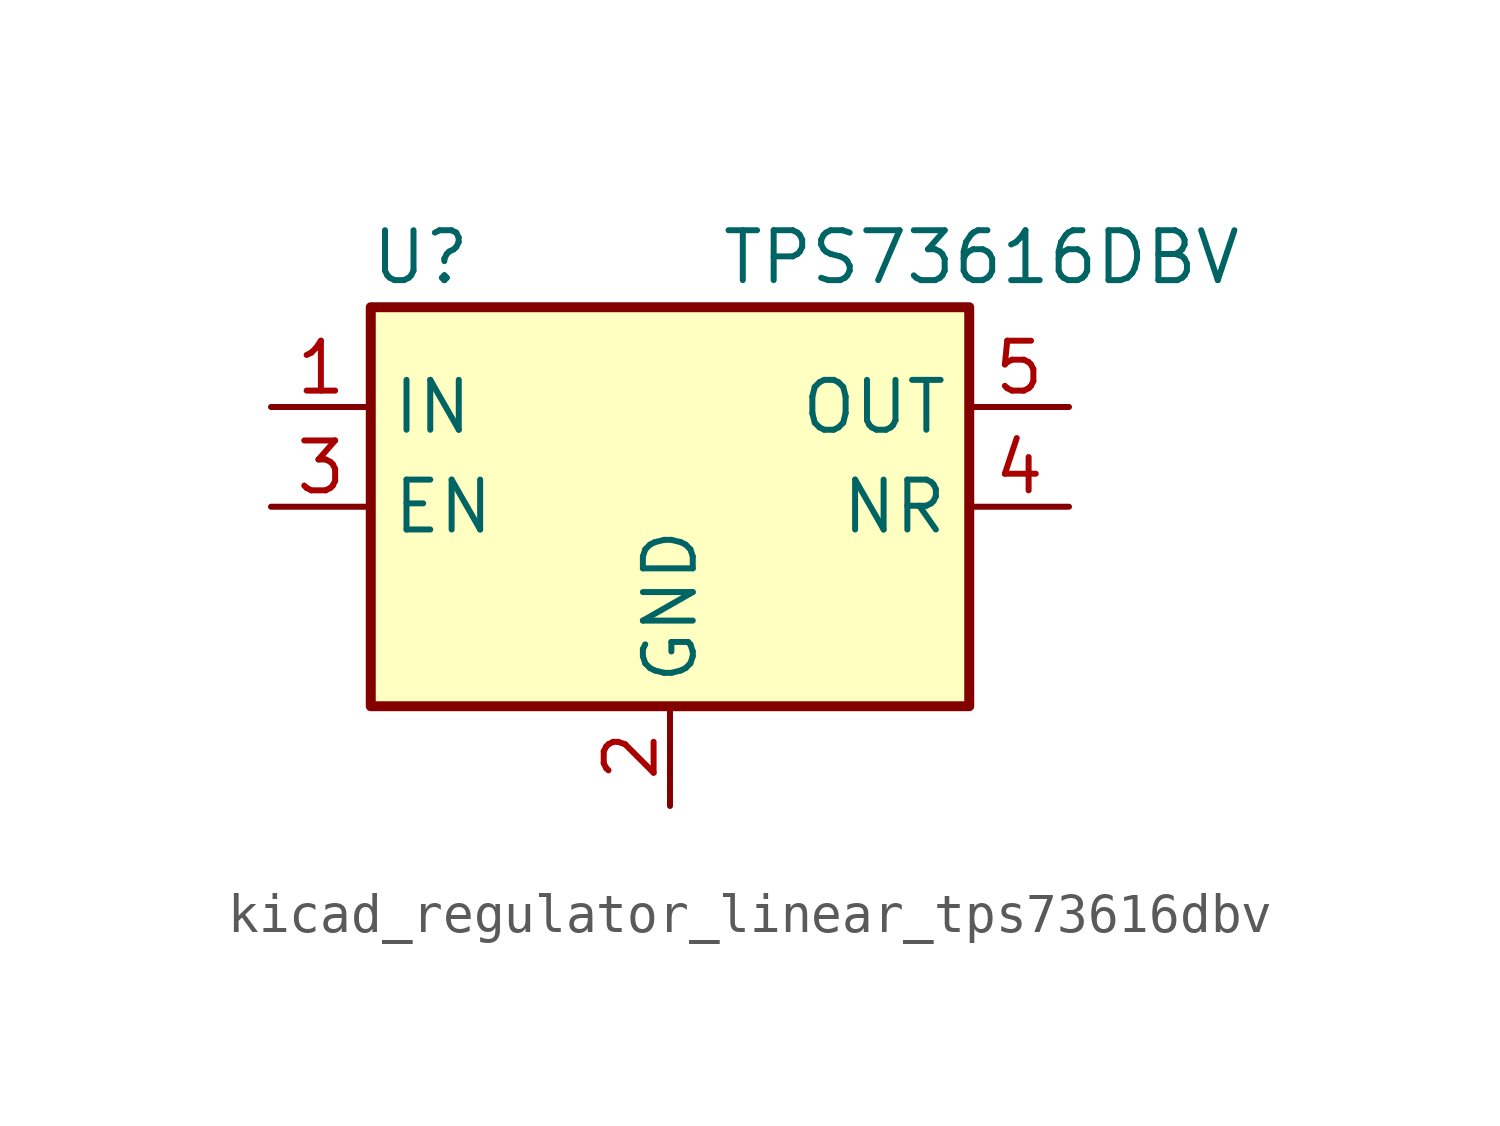
<source format=kicad_sym>
(kicad_symbol_lib
  (version 20220914)
  (generator kicad_symbol_editor)
  (symbol "kicad_regulator_linear_tps73616dbv"
    (property "Reference" "U"
      (at -6.35 6.35 0)
      (effects (font (size 1.27 1.27))))
    (property "Value" "TPS73616DBV"
      (at 1.27 6.35 0)
      (effects (font (size 1.27 1.27)) (justify left)))
    (symbol "kicad_regulator_linear_tps73616dbv_0_1"
      (rectangle (start -7.62 -5.08) (end 7.62 5.08) (stroke (width 0.254) (type default)) (fill (type background))))
    (symbol "kicad_regulator_linear_tps73616dbv_1_1"
      (pin power_in line (at -10.16 2.54 0) (length 2.54) (name "IN" (effects (font (size 1.27 1.27)))) (number "1" (effects (font (size 1.27 1.27)))))
      (pin power_in line (at 0 -7.62 90) (length 2.54) (name "GND" (effects (font (size 1.27 1.27)))) (number "2" (effects (font (size 1.27 1.27)))))
      (pin input line (at -10.16 0 0) (length 2.54) (name "EN" (effects (font (size 1.27 1.27)))) (number "3" (effects (font (size 1.27 1.27)))))
      (pin passive line (at 10.16 0 180) (length 2.54) (name "NR" (effects (font (size 1.27 1.27)))) (number "4" (effects (font (size 1.27 1.27)))))
      (pin power_out line (at 10.16 2.54 180) (length 2.54) (name "OUT" (effects (font (size 1.27 1.27)))) (number "5" (effects (font (size 1.27 1.27))))))))
</source>
